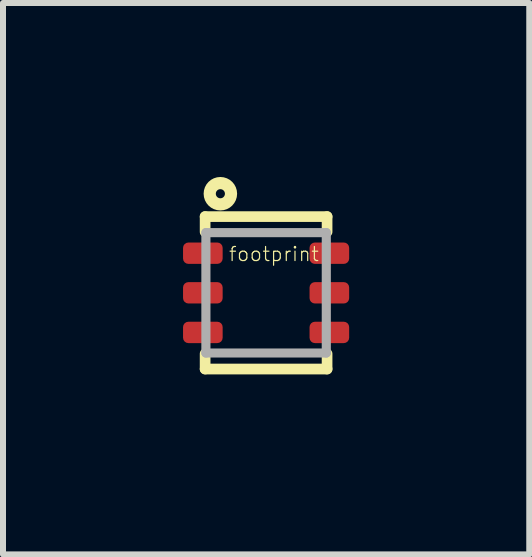
<source format=kicad_pcb>
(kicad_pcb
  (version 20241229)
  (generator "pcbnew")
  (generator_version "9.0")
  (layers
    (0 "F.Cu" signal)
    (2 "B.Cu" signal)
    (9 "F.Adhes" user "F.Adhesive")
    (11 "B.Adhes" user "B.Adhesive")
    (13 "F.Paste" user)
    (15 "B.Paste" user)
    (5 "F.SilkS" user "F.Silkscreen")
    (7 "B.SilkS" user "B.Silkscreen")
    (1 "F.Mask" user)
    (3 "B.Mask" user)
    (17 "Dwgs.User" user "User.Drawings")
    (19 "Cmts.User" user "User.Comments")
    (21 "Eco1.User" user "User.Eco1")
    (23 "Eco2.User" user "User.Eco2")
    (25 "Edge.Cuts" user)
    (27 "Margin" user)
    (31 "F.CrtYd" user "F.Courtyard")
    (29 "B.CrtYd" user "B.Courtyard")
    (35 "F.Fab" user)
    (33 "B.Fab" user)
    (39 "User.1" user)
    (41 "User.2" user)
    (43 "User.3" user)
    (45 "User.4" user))
  (footprint "footprint"
    (layer "F.Cu")
    (at 1.384 1.829)
    (property "Reference" "footprint" (at -0.635 -0.508 0) (layer "F.SilkS") (effects (font (size 0.234 0.234) (thickness 0.02)) (justify left bottom)))
    (fp_line (start -1.016 -1.27) (end -1.016 -1.016) (stroke (width 0.178) (type solid)) (layer "F.SilkS"))
    (fp_line (start -1.016 1.27) (end -1.016 1.016) (stroke (width 0.178) (type solid)) (layer "F.SilkS"))
    (fp_line (start -1.016 1.27) (end 1.016 1.27) (stroke (width 0.178) (type solid)) (layer "F.SilkS"))
    (fp_line (start 1.016 -1.27) (end -1.016 -1.27) (stroke (width 0.178) (type solid)) (layer "F.SilkS"))
    (fp_line (start 1.016 -1.27) (end 1.016 -1.016) (stroke (width 0.178) (type solid)) (layer "F.SilkS"))
    (fp_line (start 1.016 1.27) (end 1.016 1.016) (stroke (width 0.178) (type solid)) (layer "F.SilkS"))
    (fp_circle (center -0.762 -1.651) (end -0.686 -1.651) (stroke (width 0.203) (type solid)) (fill no) (layer "F.SilkS"))
    (fp_line (start -1.003 -1.003) (end 1.003 -1.003) (stroke (width 0.152) (type solid)) (layer "F.Fab"))
    (fp_line (start -1.003 1.003) (end -1.003 -1.003) (stroke (width 0.152) (type solid)) (layer "F.Fab"))
    (fp_line (start 1.003 -1.003) (end 1.003 1.003) (stroke (width 0.152) (type solid)) (layer "F.Fab"))
    (fp_line (start 1.003 1.003) (end -1.003 1.003) (stroke (width 0.152) (type solid)) (layer "F.Fab"))
    (pad "1" smd roundrect (at -1.054 -0.66) (size 0.66 0.356) (layers "F.Cu" "F.Mask" "F.Paste") (roundrect_rratio 0.25))
    (pad "2" smd roundrect (at -1.054 0) (size 0.66 0.356) (layers "F.Cu" "F.Mask" "F.Paste") (roundrect_rratio 0.25))
    (pad "3" smd roundrect (at -1.054 0.66) (size 0.66 0.356) (layers "F.Cu" "F.Mask" "F.Paste") (roundrect_rratio 0.25))
    (pad "4" smd roundrect (at 1.054 0.66) (size 0.66 0.356) (layers "F.Cu" "F.Mask" "F.Paste") (roundrect_rratio 0.25))
    (pad "5" smd roundrect (at 1.054 0) (size 0.66 0.356) (layers "F.Cu" "F.Mask" "F.Paste") (roundrect_rratio 0.25))
    (pad "6" smd roundrect (at 1.054 -0.66) (size 0.66 0.356) (layers "F.Cu" "F.Mask" "F.Paste") (roundrect_rratio 0.25)))
  (gr_rect
    (start -3 -3)
    (end 5.769 6.188)
    (stroke (width 0.1) (type default))
    (fill no)
    (layer "Edge.Cuts")))
</source>
